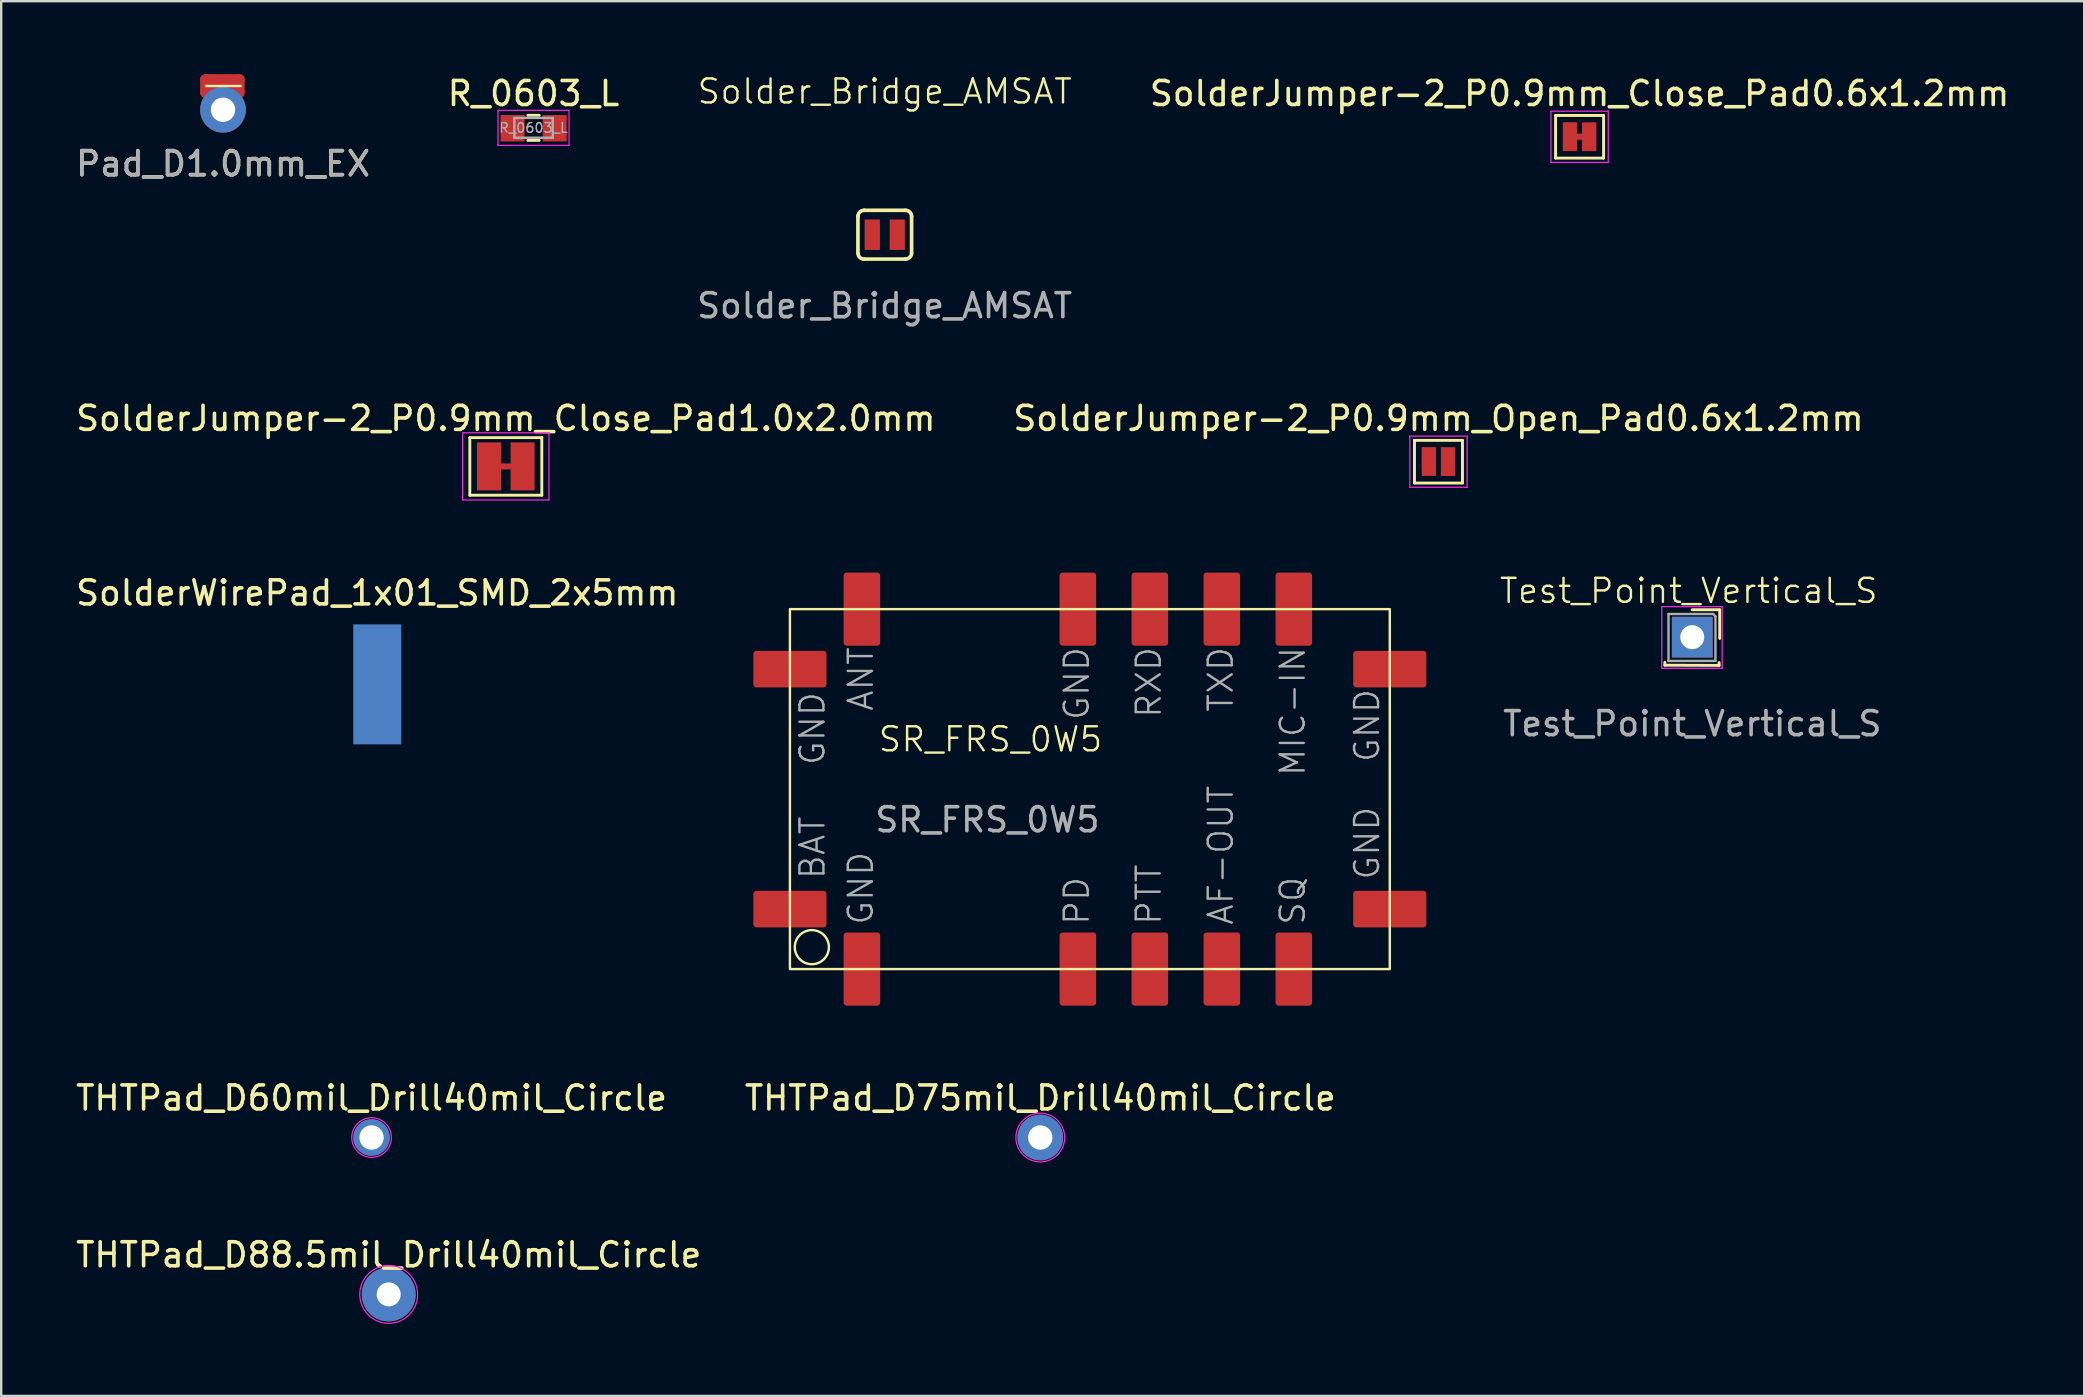
<source format=kicad_pcb>
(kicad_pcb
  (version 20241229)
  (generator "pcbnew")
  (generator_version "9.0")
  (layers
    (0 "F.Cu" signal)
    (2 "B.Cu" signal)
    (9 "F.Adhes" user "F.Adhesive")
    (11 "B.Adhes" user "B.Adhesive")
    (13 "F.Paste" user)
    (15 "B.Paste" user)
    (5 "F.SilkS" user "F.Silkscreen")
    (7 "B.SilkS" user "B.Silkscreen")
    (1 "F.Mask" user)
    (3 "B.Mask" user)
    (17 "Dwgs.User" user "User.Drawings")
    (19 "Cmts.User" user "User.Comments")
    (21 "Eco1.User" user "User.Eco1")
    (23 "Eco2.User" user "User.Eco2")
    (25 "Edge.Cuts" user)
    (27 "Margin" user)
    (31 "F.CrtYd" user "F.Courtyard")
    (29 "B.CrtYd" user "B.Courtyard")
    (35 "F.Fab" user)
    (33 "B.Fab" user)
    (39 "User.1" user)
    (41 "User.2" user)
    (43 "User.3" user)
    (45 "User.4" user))
  (footprint "R_0603_L"
    (layer "F.Cu")
    (at 19.185 2.278)
    (property "Reference" "R_0603_L" (at 0 -1.43 0) (layer "F.SilkS") (effects (font (size 1 1) (thickness 0.15))))
    (attr smd)
    (fp_poly (pts (xy -0.372 -0.533) (xy -1.372 -0.533) (xy -1.372 0.567) (xy -0.372 0.567)) (stroke (width 0) (type solid)) (fill yes) (layer "F.Cu"))
    (fp_poly (pts (xy 1.381 -0.533) (xy 0.381 -0.533) (xy 0.381 0.567) (xy 1.381 0.567)) (stroke (width 0) (type solid)) (fill yes) (layer "F.Cu"))
    (fp_line (start -0.237 -0.522) (end 0.237 -0.522) (stroke (width 0.12) (type solid)) (layer "F.SilkS"))
    (fp_line (start -0.237 0.522) (end 0.237 0.522) (stroke (width 0.12) (type solid)) (layer "F.SilkS"))
    (fp_line (start -1.48 -0.73) (end 1.48 -0.73) (stroke (width 0.05) (type solid)) (layer "F.CrtYd"))
    (fp_line (start -1.48 0.73) (end -1.48 -0.73) (stroke (width 0.05) (type solid)) (layer "F.CrtYd"))
    (fp_line (start 1.48 -0.73) (end 1.48 0.73) (stroke (width 0.05) (type solid)) (layer "F.CrtYd"))
    (fp_line (start 1.48 0.73) (end -1.48 0.73) (stroke (width 0.05) (type solid)) (layer "F.CrtYd"))
    (fp_line (start -0.8 -0.412) (end 0.8 -0.412) (stroke (width 0.1) (type solid)) (layer "F.Fab"))
    (fp_line (start -0.8 0.412) (end -0.8 -0.412) (stroke (width 0.1) (type solid)) (layer "F.Fab"))
    (fp_line (start 0.8 -0.412) (end 0.8 0.412) (stroke (width 0.1) (type solid)) (layer "F.Fab"))
    (fp_line (start 0.8 0.412) (end -0.8 0.412) (stroke (width 0.1) (type solid)) (layer "F.Fab"))
    (fp_text user "${REFERENCE}" (at 0 0 0) (layer "F.Fab") (effects (font (size 0.4 0.4) (thickness 0.06)))))
  (footprint "Solder_Bridge_AMSAT"
    (layer "F.Cu")
    (at 33.823 6.731)
    (property "Reference" "Solder_Bridge_AMSAT" (at 0 -5.97 0) (unlocked yes) (layer "F.SilkS") (effects (font (size 1 1) (thickness 0.1))))
    (attr smd)
    (fp_line (start -1.118 0.762) (end -1.118 -0.762) (stroke (width 0.152) (type default)) (layer "F.SilkS"))
    (fp_line (start -0.864 -1.016) (end 0.864 -1.016) (stroke (width 0.152) (type default)) (layer "F.SilkS"))
    (fp_line (start 0.864 1.016) (end -0.864 1.016) (stroke (width 0.152) (type default)) (layer "F.SilkS"))
    (fp_line (start 1.118 -0.762) (end 1.118 0.762) (stroke (width 0.152) (type default)) (layer "F.SilkS"))
    (fp_arc (start -1.1176 -0.762) (mid -1.043205 -0.941605) (end -0.8636 -1.016) (stroke (width 0.1524) (type default)) (layer "F.SilkS"))
    (fp_arc (start -0.8636 1.016) (mid -1.043205 0.941605) (end -1.1176 0.762) (stroke (width 0.1524) (type default)) (layer "F.SilkS"))
    (fp_arc (start 0.8636 -1.016) (mid 1.043205 -0.941605) (end 1.1176 -0.762) (stroke (width 0.1524) (type default)) (layer "F.SilkS"))
    (fp_arc (start 1.1176 0.762) (mid 1.043205 0.941605) (end 0.8636 1.016) (stroke (width 0.1524) (type default)) (layer "F.SilkS"))
    (fp_text user "${REFERENCE}" (at -0.007 2.96 0) (unlocked yes) (layer "F.Fab") (effects (font (size 1 1) (thickness 0.15))))
    (pad "1" smd rect (at -0.521 0 90) (size 1.27 0.635) (layers "F.Cu" "F.Mask" "F.Paste"))
    (pad "2" smd rect (at 0.521 0 90) (size 1.27 0.635) (layers "F.Cu" "F.Mask" "F.Paste")))
  (footprint "SolderJumper-2_P0.9mm_Open_Pad0.6x1.2mm"
    (layer "F.Cu")
    (at 56.899 16.188)
    (property "Reference" "SolderJumper-2_P0.9mm_Open_Pad0.6x1.2mm" (at 0 -1.8 0) (layer "F.SilkS") (effects (font (size 1 1) (thickness 0.15))))
    (attr exclude_from_pos_files exclude_from_bom)
    (fp_line (start -1 -0.886) (end 1 -0.886) (stroke (width 0.12) (type solid)) (layer "F.SilkS"))
    (fp_line (start -1 0.892) (end -1 -0.886) (stroke (width 0.12) (type solid)) (layer "F.SilkS"))
    (fp_line (start 1 -0.886) (end 1 0.892) (stroke (width 0.12) (type solid)) (layer "F.SilkS"))
    (fp_line (start 1 0.892) (end -1 0.892) (stroke (width 0.12) (type solid)) (layer "F.SilkS"))
    (fp_line (start -1.194 -1.063) (end -1.194 1.07) (stroke (width 0.05) (type solid)) (layer "F.CrtYd"))
    (fp_line (start -1.194 -1.063) (end 1.194 -1.063) (stroke (width 0.05) (type solid)) (layer "F.CrtYd"))
    (fp_line (start 1.194 1.07) (end -1.194 1.07) (stroke (width 0.05) (type solid)) (layer "F.CrtYd"))
    (fp_line (start 1.194 1.07) (end 1.194 -1.063) (stroke (width 0.05) (type solid)) (layer "F.CrtYd"))
    (pad "1" smd rect (at -0.4 -0.003) (size 0.6 1.2) (layers "F.Cu" "F.Mask"))
    (pad "2" smd rect (at 0.4 0) (size 0.6 1.2) (layers "F.Cu" "F.Mask")))
  (footprint "Test_Point_Vertical_S"
    (layer "F.Cu")
    (at 67.451 23.453)
    (property "Reference" "Test_Point_Vertical_S" (at -0.127 -1.88 0) (unlocked yes) (layer "F.SilkS") (effects (font (size 1 1) (thickness 0.1))))
    (attr through_hole)
    (fp_line (start -1.118 1.099) (end -1.118 1.219) (stroke (width 0.12) (type solid)) (layer "F.SilkS"))
    (fp_line (start -1.118 1.219) (end 1.143 1.228) (stroke (width 0.12) (type solid)) (layer "F.SilkS"))
    (fp_line (start 0.021 -1.092) (end 1.168 -1.092) (stroke (width 0.12) (type solid)) (layer "F.SilkS"))
    (fp_line (start 1.143 1.108) (end 1.143 1.228) (stroke (width 0.12) (type solid)) (layer "F.SilkS"))
    (fp_line (start 1.168 -1.092) (end 1.168 0.106) (stroke (width 0.12) (type solid)) (layer "F.SilkS"))
    (fp_line (start -1.245 -1.219) (end 1.27 -1.219) (stroke (width 0.05) (type solid)) (layer "F.CrtYd"))
    (fp_line (start -1.245 1.346) (end -1.245 -1.219) (stroke (width 0.05) (type solid)) (layer "F.CrtYd"))
    (fp_line (start 1.27 -1.219) (end 1.27 1.346) (stroke (width 0.05) (type solid)) (layer "F.CrtYd"))
    (fp_line (start 1.27 1.346) (end -1.245 1.346) (stroke (width 0.05) (type solid)) (layer "F.CrtYd"))
    (fp_line (start -0.965 -0.914) (end 0.902 -0.914) (stroke (width 0.1) (type solid)) (layer "F.Fab"))
    (fp_line (start -0.965 1.041) (end -0.965 -0.914) (stroke (width 0.1) (type solid)) (layer "F.Fab"))
    (fp_line (start 0.902 -0.914) (end 0.991 -0.813) (stroke (width 0.1) (type solid)) (layer "F.Fab"))
    (fp_line (start 0.991 -0.813) (end 0.991 1.041) (stroke (width 0.1) (type solid)) (layer "F.Fab"))
    (fp_line (start 0.991 1.041) (end -0.965 1.041) (stroke (width 0.1) (type solid)) (layer "F.Fab"))
    (fp_text user "${REFERENCE}" (at 0.025 3.658 0) (unlocked yes) (layer "F.Fab") (effects (font (size 1 1) (thickness 0.15))))
    (pad "1" thru_hole rect (at 0.025 0.051) (size 1.7 1.7) (drill 1) (layers "*.Cu" "*.Mask")))
  (footprint "THTPad_D88.5mil_Drill40mil_Circle"
    (layer "F.Cu")
    (at 13.149 50.894)
    (property "Reference" "THTPad_D88.5mil_Drill40mil_Circle" (at 0 -1.648 0) (layer "F.SilkS") (effects (font (size 1 1) (thickness 0.15))))
    (attr exclude_from_pos_files exclude_from_bom)
    (fp_circle (center 0 0) (end 1.206 0) (stroke (width 0.05) (type solid)) (fill no) (layer "F.CrtYd"))
    (pad "1" thru_hole circle (at 0 0) (size 2.248 2.248) (drill 1) (layers "*.Cu" "*.Mask")))
  (footprint "SolderJumper-2_P0.9mm_Close_Pad0.6x1.2mm"
    (layer "F.Cu")
    (at 62.78 2.648)
    (property "Reference" "SolderJumper-2_P0.9mm_Close_Pad0.6x1.2mm" (at 0 -1.8 0) (layer "F.SilkS") (effects (font (size 1 1) (thickness 0.15))))
    (attr exclude_from_pos_files exclude_from_bom)
    (fp_line (start -0.4 -0.003) (end 0.4 0) (stroke (width 0.254) (type default)) (layer "F.Cu"))
    (fp_line (start -1 -0.886) (end 1 -0.886) (stroke (width 0.12) (type solid)) (layer "F.SilkS"))
    (fp_line (start -1 0.892) (end -1 -0.886) (stroke (width 0.12) (type solid)) (layer "F.SilkS"))
    (fp_line (start 1 -0.886) (end 1 0.892) (stroke (width 0.12) (type solid)) (layer "F.SilkS"))
    (fp_line (start 1 0.892) (end -1 0.892) (stroke (width 0.12) (type solid)) (layer "F.SilkS"))
    (fp_line (start -1.194 -1.063) (end -1.194 1.07) (stroke (width 0.05) (type solid)) (layer "F.CrtYd"))
    (fp_line (start -1.194 -1.063) (end 1.194 -1.063) (stroke (width 0.05) (type solid)) (layer "F.CrtYd"))
    (fp_line (start 1.194 1.07) (end -1.194 1.07) (stroke (width 0.05) (type solid)) (layer "F.CrtYd"))
    (fp_line (start 1.194 1.07) (end 1.194 -1.063) (stroke (width 0.05) (type solid)) (layer "F.CrtYd"))
    (pad "1" smd rect (at -0.4 -0.003) (size 0.6 1.2) (layers "F.Cu" "F.Mask"))
    (pad "2" smd rect (at 0.4 0) (size 0.6 1.2) (layers "F.Cu" "F.Mask")))
  (footprint "THTPad_D75mil_Drill40mil_Circle"
    (layer "F.Cu")
    (at 40.304 44.357)
    (property "Reference" "THTPad_D75mil_Drill40mil_Circle" (at 0 -1.648 0) (layer "F.SilkS") (effects (font (size 1 1) (thickness 0.15))))
    (attr exclude_from_pos_files exclude_from_bom)
    (fp_circle (center 0 0) (end 1.016 0) (stroke (width 0.05) (type solid)) (fill no) (layer "F.CrtYd"))
    (pad "1" thru_hole circle (at 0 0) (size 1.905 1.905) (drill 1.016) (layers "*.Cu" "*.Mask")))
  (footprint "THTPad_D60mil_Drill40mil_Circle"
    (layer "F.Cu")
    (at 12.435 44.357)
    (property "Reference" "THTPad_D60mil_Drill40mil_Circle" (at 0 -1.648 0) (layer "F.SilkS") (effects (font (size 1 1) (thickness 0.15))))
    (attr exclude_from_pos_files exclude_from_bom)
    (fp_circle (center 0 0) (end 0.826 0) (stroke (width 0.05) (type solid)) (fill no) (layer "F.CrtYd"))
    (pad "1" thru_hole circle (at 0 0) (size 1.524 1.524) (drill 1.016) (layers "*.Cu" "*.Mask")))
  (footprint "SolderWirePad_1x01_SMD_2x5mm"
    (layer "F.Cu")
    (at 12.673 25.471)
    (property "Reference" "SolderWirePad_1x01_SMD_2x5mm" (at 0 -3.81 0) (layer "F.SilkS") (effects (font (size 1 1) (thickness 0.15))))
    (attr smd exclude_from_pos_files exclude_from_bom)
    (pad "1" smd rect (at 0 0) (size 2 5) (layers "F.Mask" "B.Cu" "F.Paste")))
  (footprint "Pad_D1.0mm_EX"
    (layer "F.Cu")
    (at 6.244 1.524)
    (property "Reference" "Pad_D1.0mm_EX" (at 0 2.25 180) (layer "F.SilkS") (effects (font (size 1 1) (thickness 0.15))))
    (attr through_hole)
    (fp_line (start -0.724 -1.257) (end 0.673 -1.257) (stroke (width 0.457) (type solid)) (layer "F.Cu"))
    (fp_line (start -0.724 -0.724) (end -0.724 -1.257) (stroke (width 0.457) (type solid)) (layer "F.Cu"))
    (fp_line (start 0.673 -1.257) (end 0.673 -0.724) (stroke (width 0.457) (type solid)) (layer "F.Cu"))
    (fp_line (start 0.673 -0.724) (end -0.724 -0.724) (stroke (width 0.457) (type solid)) (layer "F.Cu"))
    (fp_line (start -0.724 -1.257) (end 0.673 -1.257) (stroke (width 0.533) (type solid)) (layer "F.Mask"))
    (fp_line (start -0.724 -0.724) (end -0.724 -1.257) (stroke (width 0.533) (type solid)) (layer "F.Mask"))
    (fp_line (start -0.724 -0.724) (end 0.673 -0.724) (stroke (width 0.533) (type solid)) (layer "F.Mask"))
    (fp_line (start 0.673 -0.724) (end 0.673 -1.257) (stroke (width 0.533) (type solid)) (layer "F.Mask"))
    (fp_circle (center 0 0) (end 1.029 0) (stroke (width 0) (type solid)) (fill yes) (layer "F.Mask"))
    (fp_line (start -0.711 -0.991) (end 0.737 -0.991) (stroke (width 0.1) (type default)) (layer "F.SilkS"))
    (fp_text user "${REFERENCE}" (at 0 2.25 180) (layer "F.Fab") (effects (font (size 1 1) (thickness 0.15))))
    (pad "1" thru_hole circle (at 0 0) (size 1.905 1.905) (drill 1.016) (layers "*.Cu" "*.Mask")))
  (footprint "SolderJumper-2_P0.9mm_Close_Pad1.0x2.0mm"
    (layer "F.Cu")
    (at 18.03 16.388)
    (property "Reference" "SolderJumper-2_P0.9mm_Close_Pad1.0x2.0mm" (at 0 -2 0) (layer "F.SilkS") (effects (font (size 1 1) (thickness 0.15))))
    (attr exclude_from_pos_files exclude_from_bom)
    (fp_line (start -0.7 0) (end 0.7 0) (stroke (width 0.254) (type default)) (layer "F.Cu"))
    (fp_line (start -1.5 -1.2) (end 1.5 -1.2) (stroke (width 0.12) (type solid)) (layer "F.SilkS"))
    (fp_line (start -1.5 1.2) (end -1.5 -1.2) (stroke (width 0.12) (type solid)) (layer "F.SilkS"))
    (fp_line (start 1.5 -1.2) (end 1.5 1.2) (stroke (width 0.12) (type solid)) (layer "F.SilkS"))
    (fp_line (start 1.5 1.2) (end -1.5 1.2) (stroke (width 0.12) (type solid)) (layer "F.SilkS"))
    (fp_line (start -1.8 -1.4) (end 1.8 -1.4) (stroke (width 0.05) (type solid)) (layer "F.CrtYd"))
    (fp_line (start -1.8 1.4) (end -1.8 -1.4) (stroke (width 0.05) (type solid)) (layer "F.CrtYd"))
    (fp_line (start 1.8 1.4) (end -1.8 1.4) (stroke (width 0.05) (type solid)) (layer "F.CrtYd"))
    (fp_line (start 1.8 1.4) (end 1.8 -1.4) (stroke (width 0.05) (type solid)) (layer "F.CrtYd"))
    (pad "1" smd rect (at -0.7 0) (size 1 2) (layers "F.Cu" "F.Mask"))
    (pad "2" smd rect (at 0.7 0) (size 1 2) (layers "F.Cu" "F.Mask")))
  (footprint "SR_FRS_0W5"
    (layer "F.Cu")
    (at 32.895 37.337)
    (property "Reference" "SR_FRS_0W5" (at 5.334 -9.576 0) (unlocked yes) (layer "F.SilkS") (effects (font (size 1 1) (thickness 0.1))))
    (attr smd)
    (fp_rect (start -3.025 -15) (end 21.975 0) (stroke (width 0.1) (type default)) (fill no) (layer "F.SilkS"))
    (fp_circle (center -2.111 -0.914) (end -2.111 -0.203) (stroke (width 0.1) (type default)) (fill no) (layer "F.SilkS"))
    (fp_text user "GND" (at 9.514 -10.312 90) (unlocked yes) (layer "F.Fab") (effects (font (size 1 1) (thickness 0.1)) (justify left bottom)))
    (fp_text user "RXD" (at 12.514 -10.408 90) (unlocked yes) (layer "F.Fab") (effects (font (size 1 1) (thickness 0.1)) (justify left bottom)))
    (fp_text user "PD" (at 9.514 -1.778 90) (unlocked yes) (layer "F.Fab") (effects (font (size 1 1) (thickness 0.1)) (justify left bottom)))
    (fp_text user "SQ" (at 18.514 -1.778 90) (unlocked yes) (layer "F.Fab") (effects (font (size 1 1) (thickness 0.1)) (justify left bottom)))
    (fp_text user "AF-OUT" (at 15.514 -1.778 90) (unlocked yes) (layer "F.Fab") (effects (font (size 1 1) (thickness 0.1)) (justify left bottom)))
    (fp_text user "ANT" (at 0.514 -10.693 90) (unlocked yes) (layer "F.Fab") (effects (font (size 1 1) (thickness 0.1)) (justify left bottom)))
    (fp_text user "${REFERENCE}" (at 5.207 -6.223 0) (unlocked yes) (layer "F.Fab") (effects (font (size 1 1) (thickness 0.15))))
    (fp_text user "GND" (at 21.613 -3.658 90) (unlocked yes) (layer "F.Fab") (effects (font (size 1 1) (thickness 0.1)) (justify left bottom)))
    (fp_text user "GND" (at 0.514 -1.778 90) (unlocked yes) (layer "F.Fab") (effects (font (size 1 1) (thickness 0.1)) (justify left bottom)))
    (fp_text user "PTT" (at 12.514 -1.778 90) (unlocked yes) (layer "F.Fab") (effects (font (size 1 1) (thickness 0.1)) (justify left bottom)))
    (fp_text user "GND" (at 21.613 -8.56 90) (unlocked yes) (layer "F.Fab") (effects (font (size 1 1) (thickness 0.1)) (justify left bottom)))
    (fp_text user "BAT" (at -1.501 -3.683 90) (unlocked yes) (layer "F.Fab") (effects (font (size 1 1) (thickness 0.1)) (justify left bottom)))
    (fp_text user "TXD" (at 15.514 -10.646 90) (unlocked yes) (layer "F.Fab") (effects (font (size 1 1) (thickness 0.1)) (justify left bottom)))
    (fp_text user "GND" (at -1.501 -8.433 90) (unlocked yes) (layer "F.Fab") (effects (font (size 1 1) (thickness 0.1)) (justify left bottom)))
    (fp_text user "MIC-IN" (at 18.514 -7.979 90) (unlocked yes) (layer "F.Fab") (effects (font (size 1 1) (thickness 0.1)) (justify left bottom)))
    (pad "1" smd roundrect (at -0.025 0 90) (size 3.048 1.524) (layers "F.Cu" "F.Mask" "F.Paste") (roundrect_rratio 0.083))
    (pad "2" smd roundrect (at 8.975 0 90) (size 3.048 1.524) (layers "F.Cu" "F.Mask" "F.Paste") (roundrect_rratio 0.083))
    (pad "3" smd roundrect (at 11.975 0 90) (size 3.048 1.524) (layers "F.Cu" "F.Mask" "F.Paste") (roundrect_rratio 0.083))
    (pad "4" smd roundrect (at 14.975 0 90) (size 3.048 1.524) (layers "F.Cu" "F.Mask" "F.Paste") (roundrect_rratio 0.083))
    (pad "5" smd roundrect (at 17.975 0 90) (size 3.048 1.524) (layers "F.Cu" "F.Mask" "F.Paste") (roundrect_rratio 0.083))
    (pad "6" smd roundrect (at 21.975 -2.5 180) (size 3.048 1.524) (layers "F.Cu" "F.Mask" "F.Paste") (roundrect_rratio 0.083))
    (pad "7" smd roundrect (at 21.975 -12.5 180) (size 3.048 1.524) (layers "F.Cu" "F.Mask" "F.Paste") (roundrect_rratio 0.083))
    (pad "8" smd roundrect (at 17.975 -15 270) (size 3.048 1.524) (layers "F.Cu" "F.Mask" "F.Paste") (roundrect_rratio 0.083))
    (pad "9" smd roundrect (at 14.975 -15 270) (size 3.048 1.524) (layers "F.Cu" "F.Mask" "F.Paste") (roundrect_rratio 0.083))
    (pad "10" smd roundrect (at 11.975 -15 270) (size 3.048 1.524) (layers "F.Cu" "F.Mask" "F.Paste") (roundrect_rratio 0.083))
    (pad "11" smd roundrect (at 8.975 -15 270) (size 3.048 1.524) (layers "F.Cu" "F.Mask" "F.Paste") (roundrect_rratio 0.083))
    (pad "12" smd roundrect (at -0.025 -15 270) (size 3.048 1.524) (layers "F.Cu" "F.Mask" "F.Paste") (roundrect_rratio 0.083))
    (pad "13" smd roundrect (at -3.025 -12.5 180) (size 3.048 1.524) (layers "F.Cu" "F.Mask" "F.Paste") (roundrect_rratio 0.083))
    (pad "14" smd roundrect (at -3.025 -2.5 180) (size 3.048 1.524) (layers "F.Cu" "F.Mask" "F.Paste") (roundrect_rratio 0.083)))
  (gr_rect
    (start -3 -3)
    (end 83.81 55.126)
    (stroke (width 0.1) (type default))
    (fill no)
    (layer "Edge.Cuts")))
</source>
